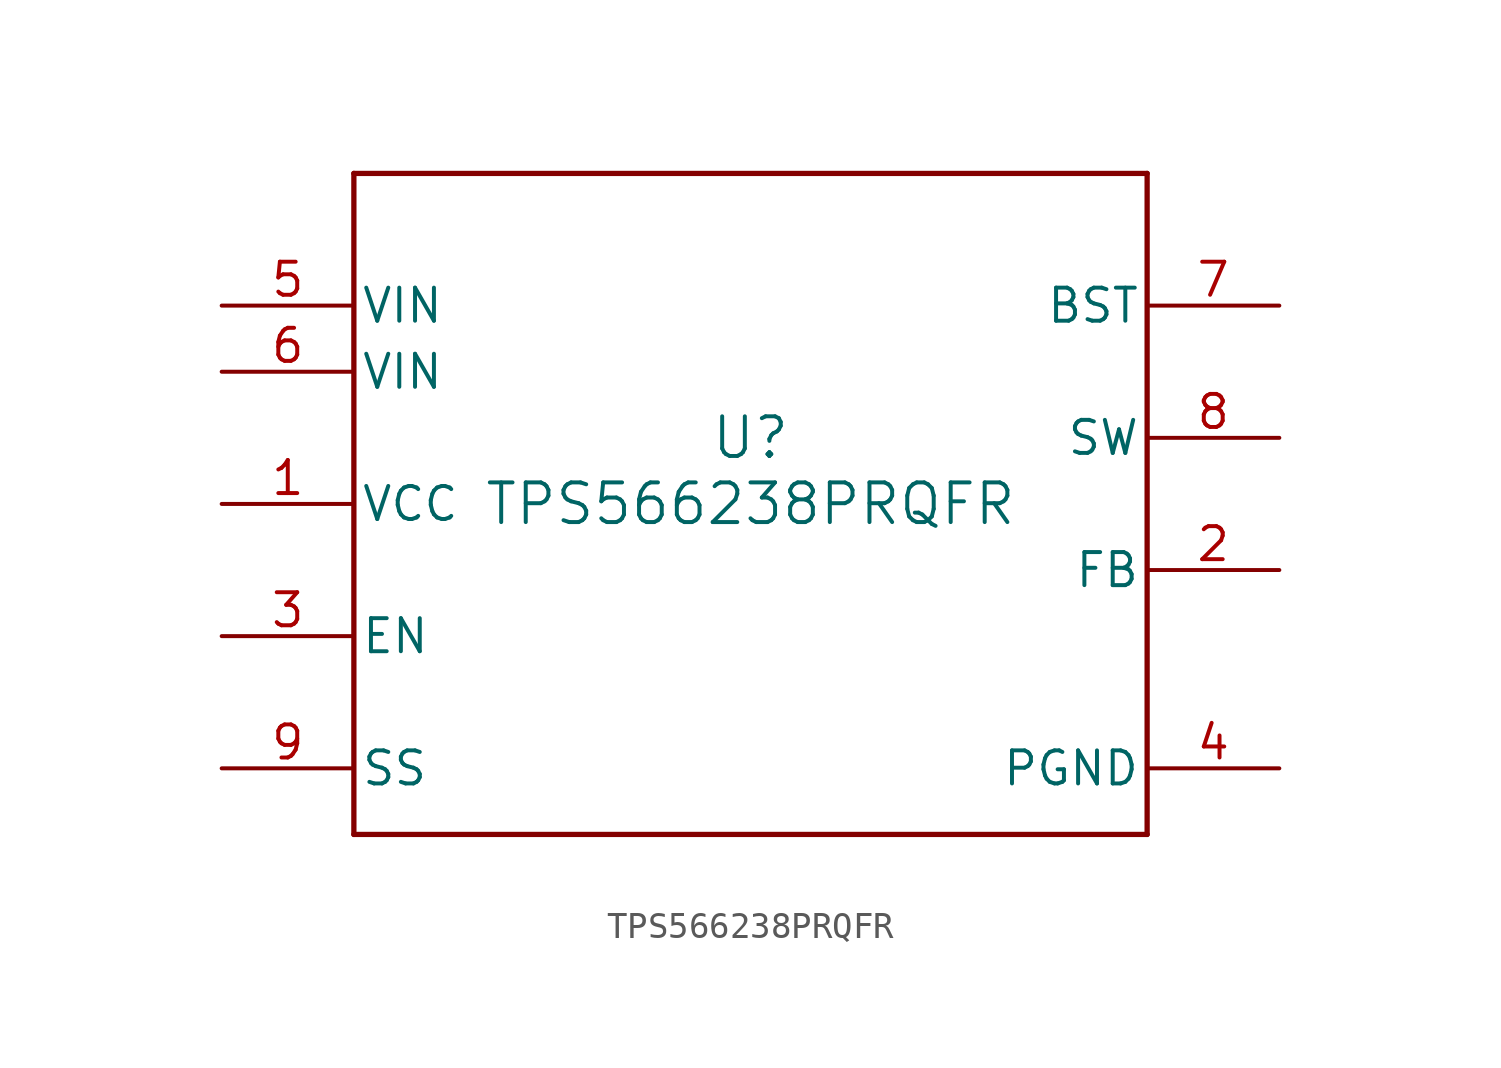
<source format=kicad_sym>
(kicad_symbol_lib
  (version 20211014)
  (generator kicad_symbol_editor)
  (symbol "TPS566238PRQFR"
    (pin_names
      (offset 0.254))
    (property "Reference" "U"
      (at 0 2.54 0)
      (effects (font (size 1.524 1.524))))
    (property "Value" "TPS566238PRQFR"
      (at 0 0 0)
      (effects (font (size 1.524 1.524))))
    (symbol "TPS566238PRQFR_0_1"
      (polyline (pts (xy -15.24 -12.7) (xy 15.24 -12.7)) (stroke (width 0.203) (type default) (color 0 0 0 0)) (fill (type none)))
      (polyline (pts (xy 15.24 -12.7) (xy 15.24 12.7)) (stroke (width 0.203) (type default) (color 0 0 0 0)) (fill (type none)))
      (polyline (pts (xy 15.24 12.7) (xy -15.24 12.7)) (stroke (width 0.203) (type default) (color 0 0 0 0)) (fill (type none)))
      (polyline (pts (xy -15.24 12.7) (xy -15.24 -12.7)) (stroke (width 0.203) (type default) (color 0 0 0 0)) (fill (type none)))
      (pin power_in line (at -20.32 0 0) (length 5.08) (name "VCC" (effects (font (size 1.27 1.27)))) (number "1" (effects (font (size 1.27 1.27)))))
      (pin input line (at 20.32 -2.54 180) (length 5.08) (name "FB" (effects (font (size 1.27 1.27)))) (number "2" (effects (font (size 1.27 1.27)))))
      (pin input line (at -20.32 -5.08 0) (length 5.08) (name "EN" (effects (font (size 1.27 1.27)))) (number "3" (effects (font (size 1.27 1.27)))))
      (pin power_in line (at 20.32 -10.16 180) (length 5.08) (name "PGND" (effects (font (size 1.27 1.27)))) (number "4" (effects (font (size 1.27 1.27)))))
      (pin power_in line (at -20.32 7.62 0) (length 5.08) (name "VIN" (effects (font (size 1.27 1.27)))) (number "5" (effects (font (size 1.27 1.27)))))
      (pin power_in line (at -20.32 5.08 0) (length 5.08) (name "VIN" (effects (font (size 1.27 1.27)))) (number "6" (effects (font (size 1.27 1.27)))))
      (pin power_in line (at 20.32 7.62 180) (length 5.08) (name "BST" (effects (font (size 1.27 1.27)))) (number "7" (effects (font (size 1.27 1.27)))))
      (pin power_in line (at 20.32 2.54 180) (length 5.08) (name "SW" (effects (font (size 1.27 1.27)))) (number "8" (effects (font (size 1.27 1.27)))))
      (pin unspecified line (at -20.32 -10.16 0) (length 5.08) (name "SS" (effects (font (size 1.27 1.27)))) (number "9" (effects (font (size 1.27 1.27))))))))
</source>
